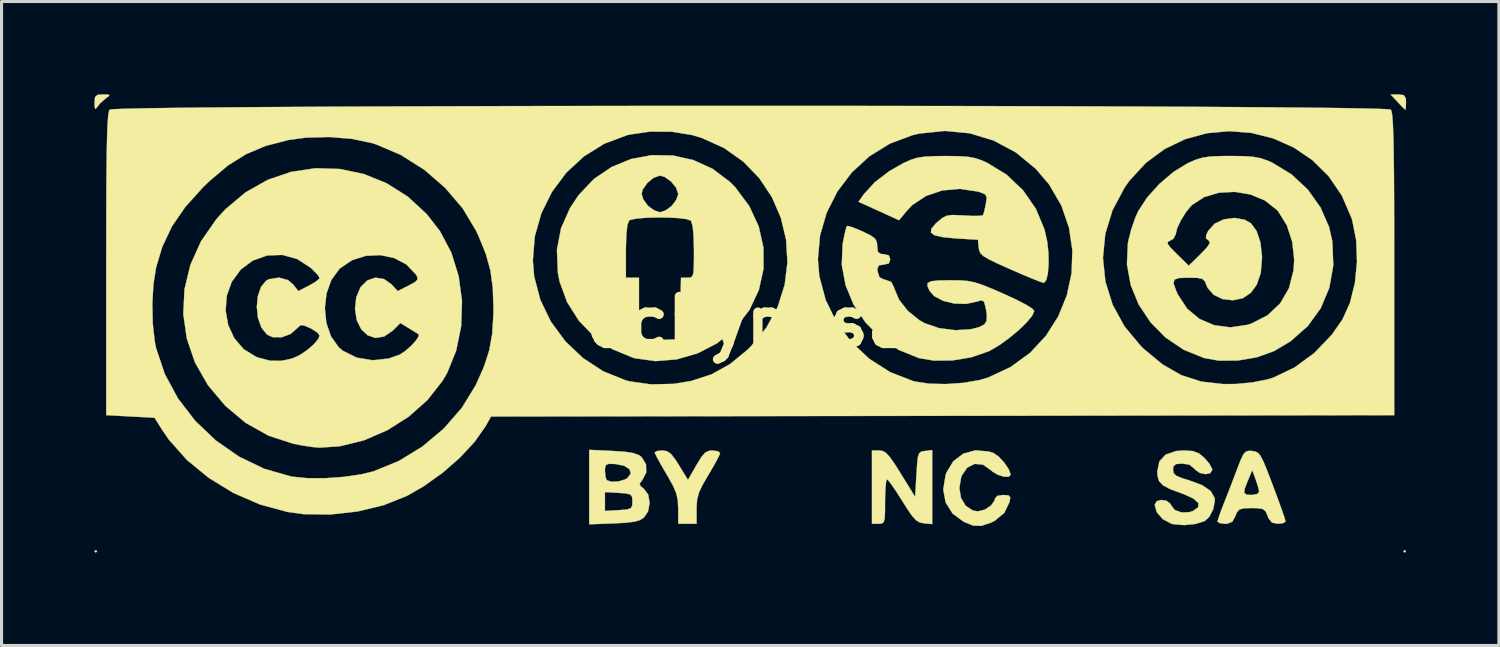
<source format=kicad_pcb>
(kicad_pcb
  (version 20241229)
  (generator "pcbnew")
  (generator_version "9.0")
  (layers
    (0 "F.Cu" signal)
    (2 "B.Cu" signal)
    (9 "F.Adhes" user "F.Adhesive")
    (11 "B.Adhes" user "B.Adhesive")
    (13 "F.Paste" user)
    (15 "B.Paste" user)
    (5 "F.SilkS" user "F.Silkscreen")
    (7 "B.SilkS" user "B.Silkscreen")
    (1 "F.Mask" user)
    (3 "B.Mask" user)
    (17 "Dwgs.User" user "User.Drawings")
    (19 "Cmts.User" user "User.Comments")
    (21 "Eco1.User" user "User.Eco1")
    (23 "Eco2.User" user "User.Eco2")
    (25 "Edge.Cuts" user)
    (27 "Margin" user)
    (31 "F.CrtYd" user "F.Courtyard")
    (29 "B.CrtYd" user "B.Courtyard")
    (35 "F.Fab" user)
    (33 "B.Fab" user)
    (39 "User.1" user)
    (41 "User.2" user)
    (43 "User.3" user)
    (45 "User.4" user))
  (footprint "ccbyncsa"
    (layer "F.Cu")
    (at 21.172 7.371)
    (property "Reference" "ccbyncsa" (at 0 0 0) (layer "F.SilkS") (effects (font (size 1.524 1.524) (thickness 0.3))))
    (attr through_hole)
    (fp_poly (pts (xy -21.082 7.408) (xy -21.124 7.451) (xy -21.167 7.408) (xy -21.124 7.366) (xy -21.082 7.408)) (stroke (width 0.01) (type solid)) (fill yes) (layer "F.SilkS"))
    (fp_poly (pts (xy 21.251 7.408) (xy 21.209 7.451) (xy 21.167 7.408) (xy 21.209 7.366) (xy 21.251 7.408)) (stroke (width 0.01) (type solid)) (fill yes) (layer "F.SilkS"))
    (fp_poly (pts (xy 21.179 -7.344) (xy 21.244 -7.244) (xy 21.251 -7.112) (xy 21.245 -6.937) (xy 21.231 -6.868) (xy 21.23 -6.868) (xy 21.165 -6.93) (xy 21.028 -7.072) (xy 20.982 -7.122) (xy 20.754 -7.366) (xy 21.003 -7.366) (xy 21.179 -7.344)) (stroke (width 0.01) (type solid)) (fill yes) (layer "F.SilkS"))
    (fp_poly (pts (xy -20.713 -7.361) (xy -20.685 -7.33) (xy -20.792 -7.246) (xy -20.807 -7.236) (xy -20.983 -7.081) (xy -21.077 -6.961) (xy -21.134 -6.891) (xy -21.159 -6.959) (xy -21.164 -7.091) (xy -21.149 -7.28) (xy -21.066 -7.354) (xy -20.894 -7.366) (xy -20.713 -7.361)) (stroke (width 0.01) (type solid)) (fill yes) (layer "F.SilkS"))
    (fp_poly (pts (xy -1.003 4.173) (xy -0.931 4.23) (xy -0.973 4.336) (xy -1.083 4.546) (xy -1.242 4.823) (xy -1.312 4.94) (xy -1.505 5.272) (xy -1.62 5.52) (xy -1.676 5.741) (xy -1.693 5.99) (xy -1.693 6.043) (xy -1.693 6.519) (xy -2.286 6.519) (xy -2.287 6.032) (xy -2.299 5.768) (xy -2.346 5.543) (xy -2.447 5.302) (xy -2.621 4.988) (xy -2.667 4.911) (xy -2.838 4.618) (xy -2.969 4.381) (xy -3.04 4.236) (xy -3.047 4.212) (xy -2.974 4.167) (xy -2.801 4.149) (xy -2.65 4.171) (xy -2.521 4.259) (xy -2.375 4.447) (xy -2.263 4.625) (xy -1.971 5.1) (xy -1.699 4.625) (xy -1.537 4.36) (xy -1.41 4.215) (xy -1.28 4.157) (xy -1.179 4.149) (xy -1.003 4.173)) (stroke (width 0.01) (type solid)) (fill yes) (layer "F.SilkS"))
    (fp_poly (pts (xy 5.927 6.53) (xy 5.658 6.504) (xy 5.521 6.475) (xy 5.399 6.399) (xy 5.266 6.249) (xy 5.095 5.996) (xy 4.959 5.779) (xy 4.769 5.481) (xy 4.608 5.246) (xy 4.498 5.106) (xy 4.466 5.081) (xy 4.437 5.159) (xy 4.416 5.367) (xy 4.404 5.667) (xy 4.403 5.8) (xy 4.401 6.148) (xy 4.388 6.361) (xy 4.356 6.471) (xy 4.293 6.513) (xy 4.191 6.519) (xy 3.979 6.519) (xy 3.979 4.149) (xy 4.214 4.149) (xy 4.332 4.166) (xy 4.444 4.235) (xy 4.573 4.382) (xy 4.744 4.631) (xy 4.913 4.9) (xy 5.376 5.65) (xy 5.419 4.921) (xy 5.441 4.569) (xy 5.467 4.352) (xy 5.509 4.236) (xy 5.579 4.184) (xy 5.69 4.165) (xy 5.694 4.164) (xy 5.927 4.137) (xy 5.927 6.53)) (stroke (width 0.01) (type solid)) (fill yes) (layer "F.SilkS"))
    (fp_poly (pts (xy 7.756 4.182) (xy 7.911 4.231) (xy 8.077 4.346) (xy 8.257 4.54) (xy 8.402 4.754) (xy 8.466 4.926) (xy 8.466 4.932) (xy 8.402 4.999) (xy 8.245 4.995) (xy 8.05 4.934) (xy 7.871 4.828) (xy 7.824 4.784) (xy 7.568 4.606) (xy 7.301 4.582) (xy 7.061 4.703) (xy 6.884 4.962) (xy 6.866 5.009) (xy 6.805 5.362) (xy 6.86 5.685) (xy 7.012 5.94) (xy 7.244 6.091) (xy 7.408 6.117) (xy 7.631 6.062) (xy 7.832 5.927) (xy 7.949 5.76) (xy 7.959 5.702) (xy 8.035 5.616) (xy 8.222 5.588) (xy 8.401 5.602) (xy 8.453 5.675) (xy 8.427 5.821) (xy 8.259 6.167) (xy 7.95 6.422) (xy 7.813 6.489) (xy 7.51 6.587) (xy 7.253 6.578) (xy 6.958 6.46) (xy 6.949 6.456) (xy 6.587 6.187) (xy 6.363 5.832) (xy 6.285 5.412) (xy 6.36 4.949) (xy 6.391 4.86) (xy 6.611 4.496) (xy 6.932 4.253) (xy 7.323 4.144) (xy 7.756 4.182)) (stroke (width 0.01) (type solid)) (fill yes) (layer "F.SilkS"))
    (fp_poly (pts (xy -4.406 4.164) (xy -4.001 4.192) (xy -3.728 4.236) (xy -3.551 4.302) (xy -3.475 4.357) (xy -3.329 4.591) (xy -3.322 4.862) (xy -3.444 5.097) (xy -3.536 5.221) (xy -3.501 5.308) (xy -3.402 5.384) (xy -3.257 5.577) (xy -3.211 5.844) (xy -3.262 6.117) (xy -3.395 6.316) (xy -3.52 6.397) (xy -3.702 6.452) (xy -3.98 6.486) (xy -4.369 6.506) (xy -5.165 6.536) (xy -5.165 6.105) (xy -4.657 6.105) (xy -4.212 6.079) (xy -3.954 6.059) (xy -3.822 6.018) (xy -3.774 5.931) (xy -3.768 5.8) (xy -3.777 5.651) (xy -3.835 5.573) (xy -3.982 5.537) (xy -4.212 5.52) (xy -4.657 5.494) (xy -4.657 6.105) (xy -5.165 6.105) (xy -5.165 4.807) (xy -4.657 4.807) (xy -4.639 5.003) (xy -4.6 5.108) (xy -4.449 5.161) (xy -4.224 5.151) (xy -4.004 5.085) (xy -3.932 5.043) (xy -3.821 4.896) (xy -3.86 4.756) (xy -4.029 4.645) (xy -4.305 4.588) (xy -4.527 4.58) (xy -4.628 4.619) (xy -4.656 4.735) (xy -4.657 4.807) (xy -5.165 4.807) (xy -5.165 4.128) (xy -4.406 4.164)) (stroke (width 0.01) (type solid)) (fill yes) (layer "F.SilkS"))
    (fp_poly (pts (xy 16.278 4.165) (xy 16.383 4.183) (xy 16.469 4.229) (xy 16.55 4.33) (xy 16.642 4.509) (xy 16.76 4.793) (xy 16.918 5.207) (xy 16.946 5.28) (xy 17.096 5.683) (xy 17.221 6.029) (xy 17.311 6.289) (xy 17.354 6.43) (xy 17.357 6.444) (xy 17.283 6.498) (xy 17.111 6.519) (xy 16.919 6.483) (xy 16.807 6.343) (xy 16.777 6.265) (xy 16.711 6.115) (xy 16.614 6.04) (xy 16.434 6.014) (xy 16.256 6.011) (xy 15.997 6.019) (xy 15.855 6.061) (xy 15.776 6.161) (xy 15.735 6.265) (xy 15.636 6.451) (xy 15.477 6.516) (xy 15.401 6.519) (xy 15.226 6.498) (xy 15.155 6.449) (xy 15.185 6.339) (xy 15.261 6.122) (xy 15.355 5.878) (xy 15.491 5.532) (xy 15.498 5.515) (xy 16.018 5.515) (xy 16.088 5.576) (xy 16.256 5.588) (xy 16.256 5.588) (xy 16.441 5.557) (xy 16.504 5.482) (xy 16.472 5.337) (xy 16.402 5.117) (xy 16.388 5.08) (xy 16.28 4.784) (xy 16.141 5.112) (xy 16.039 5.372) (xy 16.018 5.515) (xy 15.498 5.515) (xy 15.65 5.121) (xy 15.788 4.758) (xy 15.908 4.448) (xy 15.997 4.266) (xy 16.081 4.18) (xy 16.186 4.159) (xy 16.278 4.165)) (stroke (width 0.01) (type solid)) (fill yes) (layer "F.SilkS"))
    (fp_poly (pts (xy 14.36 4.168) (xy 14.559 4.245) (xy 14.739 4.396) (xy 14.895 4.583) (xy 14.981 4.745) (xy 14.986 4.777) (xy 14.921 4.882) (xy 14.766 4.914) (xy 14.584 4.875) (xy 14.434 4.77) (xy 14.413 4.741) (xy 14.244 4.606) (xy 14.012 4.572) (xy 13.811 4.589) (xy 13.729 4.661) (xy 13.716 4.77) (xy 13.739 4.887) (xy 13.831 4.972) (xy 14.03 5.052) (xy 14.224 5.109) (xy 14.655 5.268) (xy 14.938 5.463) (xy 15.064 5.687) (xy 15.071 5.752) (xy 15.019 6.045) (xy 14.887 6.299) (xy 14.747 6.427) (xy 14.449 6.524) (xy 14.081 6.562) (xy 13.733 6.533) (xy 13.656 6.514) (xy 13.383 6.368) (xy 13.191 6.143) (xy 13.123 5.908) (xy 13.188 5.791) (xy 13.339 5.748) (xy 13.51 5.777) (xy 13.635 5.876) (xy 13.655 5.923) (xy 13.772 6.074) (xy 13.989 6.153) (xy 14.244 6.145) (xy 14.363 6.106) (xy 14.533 5.983) (xy 14.537 5.848) (xy 14.379 5.705) (xy 14.061 5.559) (xy 13.988 5.533) (xy 13.623 5.398) (xy 13.392 5.276) (xy 13.266 5.142) (xy 13.215 4.969) (xy 13.208 4.822) (xy 13.276 4.501) (xy 13.478 4.283) (xy 13.813 4.167) (xy 14.073 4.149) (xy 14.36 4.168)) (stroke (width 0.01) (type solid)) (fill yes) (layer "F.SilkS"))
    (fp_poly (pts (xy 6.774 -5.37) (xy 7.08 -5.351) (xy 7.317 -5.307) (xy 7.536 -5.232) (xy 7.705 -5.156) (xy 8.334 -4.771) (xy 8.866 -4.266) (xy 9.281 -3.668) (xy 9.559 -3.001) (xy 9.647 -2.611) (xy 9.687 -2.246) (xy 9.693 -1.892) (xy 9.67 -1.586) (xy 9.619 -1.367) (xy 9.545 -1.274) (xy 9.535 -1.273) (xy 9.425 -1.307) (xy 9.194 -1.397) (xy 8.874 -1.53) (xy 8.497 -1.694) (xy 8.449 -1.715) (xy 8.04 -1.898) (xy 7.761 -2.034) (xy 7.586 -2.138) (xy 7.49 -2.229) (xy 7.447 -2.324) (xy 7.433 -2.41) (xy 7.408 -2.667) (xy 6.714 -2.709) (xy 6.281 -2.749) (xy 6.008 -2.809) (xy 5.885 -2.899) (xy 5.902 -3.026) (xy 6.049 -3.198) (xy 6.088 -3.233) (xy 6.251 -3.37) (xy 6.395 -3.443) (xy 6.576 -3.468) (xy 6.851 -3.458) (xy 6.958 -3.451) (xy 7.252 -3.437) (xy 7.472 -3.441) (xy 7.571 -3.461) (xy 7.572 -3.462) (xy 7.608 -3.573) (xy 7.654 -3.78) (xy 7.663 -3.826) (xy 7.691 -4.027) (xy 7.647 -4.132) (xy 7.492 -4.199) (xy 7.395 -4.227) (xy 6.819 -4.313) (xy 6.251 -4.261) (xy 5.726 -4.083) (xy 5.283 -3.788) (xy 5.11 -3.607) (xy 4.855 -3.298) (xy 4.2 -3.597) (xy 3.545 -3.895) (xy 3.723 -4.146) (xy 4.072 -4.528) (xy 4.545 -4.889) (xy 4.995 -5.145) (xy 5.229 -5.25) (xy 5.442 -5.318) (xy 5.686 -5.355) (xy 6.009 -5.371) (xy 6.35 -5.375) (xy 6.774 -5.37)) (stroke (width 0.01) (type solid)) (fill yes) (layer "F.SilkS"))
    (fp_poly (pts (xy 3.259 -3.1) (xy 3.456 -3.029) (xy 3.678 -2.934) (xy 3.941 -2.805) (xy 4.083 -2.699) (xy 4.14 -2.581) (xy 4.149 -2.46) (xy 4.17 -2.276) (xy 4.264 -2.208) (xy 4.36 -2.201) (xy 4.526 -2.162) (xy 4.572 -2.032) (xy 4.524 -1.9) (xy 4.356 -1.863) (xy 4.355 -1.863) (xy 4.2 -1.838) (xy 4.157 -1.73) (xy 4.164 -1.63) (xy 4.225 -1.448) (xy 4.386 -1.375) (xy 4.418 -1.371) (xy 4.603 -1.302) (xy 4.694 -1.122) (xy 4.699 -1.1) (xy 4.856 -0.725) (xy 5.141 -0.365) (xy 5.514 -0.064) (xy 5.682 0.031) (xy 6.15 0.192) (xy 6.676 0.259) (xy 7.187 0.226) (xy 7.438 0.161) (xy 7.61 0.077) (xy 7.69 -0.048) (xy 7.693 -0.258) (xy 7.653 -0.492) (xy 7.602 -0.666) (xy 7.517 -0.708) (xy 7.393 -0.672) (xy 7.033 -0.594) (xy 6.647 -0.603) (xy 6.284 -0.69) (xy 5.994 -0.843) (xy 5.845 -1.011) (xy 5.775 -1.167) (xy 5.783 -1.267) (xy 5.892 -1.324) (xy 6.124 -1.35) (xy 6.498 -1.356) (xy 6.814 -1.353) (xy 7.064 -1.335) (xy 7.294 -1.29) (xy 7.549 -1.208) (xy 7.874 -1.077) (xy 8.234 -0.92) (xy 8.653 -0.727) (xy 8.972 -0.561) (xy 9.17 -0.434) (xy 9.229 -0.363) (xy 9.162 -0.21) (xy 8.985 0.005) (xy 8.728 0.254) (xy 8.424 0.507) (xy 8.105 0.738) (xy 7.803 0.917) (xy 7.749 0.943) (xy 7.194 1.135) (xy 6.58 1.237) (xy 5.973 1.241) (xy 5.497 1.16) (xy 4.841 0.894) (xy 4.26 0.502) (xy 3.771 0.008) (xy 3.388 -0.565) (xy 3.127 -1.194) (xy 3.003 -1.855) (xy 3.031 -2.526) (xy 3.041 -2.583) (xy 3.096 -2.852) (xy 3.144 -3.046) (xy 3.169 -3.113) (xy 3.259 -3.1)) (stroke (width 0.01) (type solid)) (fill yes) (layer "F.SilkS"))
    (fp_poly (pts (xy -2.463 -5.392) (xy -1.8 -5.245) (xy -1.175 -4.961) (xy -0.612 -4.537) (xy -0.443 -4.365) (xy 0.013 -3.754) (xy 0.317 -3.095) (xy 0.47 -2.411) (xy 0.471 -1.72) (xy 0.322 -1.045) (xy 0.022 -0.404) (xy -0.429 0.182) (xy -0.482 0.236) (xy -1.032 0.682) (xy -1.661 1.007) (xy -2.336 1.202) (xy -3.022 1.258) (xy -3.686 1.166) (xy -3.744 1.15) (xy -4.41 0.875) (xy -5.002 0.468) (xy -5.499 -0.048) (xy -5.88 -0.649) (xy -6.123 -1.31) (xy -6.18 -1.605) (xy -6.208 -2.311) (xy -3.979 -2.311) (xy -3.979 -1.439) (xy -3.556 -1.439) (xy -3.556 -0.48) (xy -3.551 -0.092) (xy -3.537 0.232) (xy -3.517 0.455) (xy -3.496 0.54) (xy -3.387 0.566) (xy -3.158 0.579) (xy -2.857 0.576) (xy -2.84 0.575) (xy -2.244 0.55) (xy -2.22 -0.445) (xy -2.196 -1.439) (xy -1.987 -1.439) (xy -1.893 -1.445) (xy -1.833 -1.48) (xy -1.798 -1.578) (xy -1.783 -1.766) (xy -1.778 -2.077) (xy -1.778 -2.311) (xy -1.789 -2.782) (xy -1.82 -3.107) (xy -1.871 -3.275) (xy -1.88 -3.285) (xy -2.012 -3.333) (xy -2.268 -3.367) (xy -2.603 -3.385) (xy -2.972 -3.389) (xy -3.329 -3.378) (xy -3.63 -3.352) (xy -3.83 -3.311) (xy -3.878 -3.285) (xy -3.931 -3.14) (xy -3.965 -2.836) (xy -3.979 -2.385) (xy -3.979 -2.311) (xy -6.208 -2.311) (xy -6.209 -2.343) (xy -6.077 -3.037) (xy -5.782 -3.7) (xy -5.511 -4.106) (xy -5.471 -4.149) (xy -3.471 -4.149) (xy -3.414 -3.969) (xy -3.274 -3.775) (xy -3.264 -3.764) (xy -3.071 -3.621) (xy -2.888 -3.556) (xy -2.879 -3.556) (xy -2.699 -3.614) (xy -2.505 -3.753) (xy -2.494 -3.764) (xy -2.351 -3.956) (xy -2.286 -4.139) (xy -2.286 -4.149) (xy -2.356 -4.353) (xy -2.525 -4.558) (xy -2.736 -4.705) (xy -2.879 -4.741) (xy -3.083 -4.672) (xy -3.288 -4.502) (xy -3.435 -4.291) (xy -3.471 -4.149) (xy -5.471 -4.149) (xy -5.018 -4.629) (xy -4.442 -5.02) (xy -3.809 -5.279) (xy -3.141 -5.403) (xy -2.463 -5.392)) (stroke (width 0.01) (type solid)) (fill yes) (layer "F.SilkS"))
    (fp_poly (pts (xy 16.004 -5.37) (xy 16.312 -5.349) (xy 16.551 -5.304) (xy 16.773 -5.228) (xy 16.933 -5.156) (xy 17.55 -4.78) (xy 18.075 -4.29) (xy 18.487 -3.712) (xy 18.766 -3.073) (xy 18.869 -2.615) (xy 18.9 -1.838) (xy 18.772 -1.113) (xy 18.494 -0.453) (xy 18.071 0.13) (xy 17.511 0.621) (xy 16.984 0.934) (xy 16.434 1.133) (xy 15.82 1.238) (xy 15.207 1.243) (xy 14.726 1.16) (xy 14.062 0.891) (xy 13.478 0.498) (xy 12.988 0.002) (xy 12.606 -0.573) (xy 12.347 -1.206) (xy 12.226 -1.874) (xy 12.256 -2.529) (xy 13.546 -2.529) (xy 13.638 -2.409) (xy 13.84 -2.205) (xy 13.842 -2.203) (xy 14.224 -1.827) (xy 14.605 -2.201) (xy 14.81 -2.414) (xy 14.9 -2.545) (xy 14.891 -2.623) (xy 14.859 -2.647) (xy 14.78 -2.716) (xy 14.793 -2.826) (xy 14.855 -2.956) (xy 15.06 -3.184) (xy 15.362 -3.327) (xy 15.705 -3.373) (xy 16.035 -3.314) (xy 16.234 -3.2) (xy 16.418 -2.953) (xy 16.542 -2.585) (xy 16.594 -2.139) (xy 16.595 -2.083) (xy 16.554 -1.591) (xy 16.423 -1.212) (xy 16.237 -0.954) (xy 15.971 -0.775) (xy 15.65 -0.709) (xy 15.322 -0.748) (xy 15.035 -0.884) (xy 14.836 -1.11) (xy 14.805 -1.182) (xy 14.745 -1.326) (xy 14.66 -1.403) (xy 14.503 -1.434) (xy 14.225 -1.439) (xy 14.216 -1.439) (xy 13.915 -1.43) (xy 13.761 -1.379) (xy 13.734 -1.256) (xy 13.813 -1.029) (xy 13.877 -0.889) (xy 14.171 -0.44) (xy 14.571 -0.107) (xy 15.049 0.098) (xy 15.576 0.166) (xy 16.127 0.084) (xy 16.247 0.046) (xy 16.772 -0.223) (xy 17.182 -0.608) (xy 17.466 -1.098) (xy 17.614 -1.677) (xy 17.636 -2.018) (xy 17.573 -2.597) (xy 17.399 -3.131) (xy 17.128 -3.571) (xy 17.077 -3.63) (xy 16.693 -3.934) (xy 16.225 -4.13) (xy 15.714 -4.216) (xy 15.2 -4.189) (xy 14.724 -4.047) (xy 14.327 -3.788) (xy 14.323 -3.785) (xy 14.145 -3.575) (xy 13.976 -3.304) (xy 13.849 -3.037) (xy 13.801 -2.837) (xy 13.731 -2.704) (xy 13.63 -2.641) (xy 13.548 -2.596) (xy 13.546 -2.529) (xy 12.256 -2.529) (xy 12.257 -2.553) (xy 12.272 -2.636) (xy 12.367 -3.007) (xy 12.499 -3.385) (xy 12.589 -3.588) (xy 12.878 -4.032) (xy 13.276 -4.473) (xy 13.729 -4.859) (xy 14.185 -5.14) (xy 14.201 -5.147) (xy 14.447 -5.254) (xy 14.669 -5.321) (xy 14.918 -5.358) (xy 15.248 -5.373) (xy 15.579 -5.376) (xy 16.004 -5.37)) (stroke (width 0.01) (type solid)) (fill yes) (layer "F.SilkS"))
    (fp_poly (pts (xy -13.232 -4.956) (xy -12.459 -4.794) (xy -11.719 -4.495) (xy -11.033 -4.062) (xy -10.42 -3.496) (xy -9.996 -2.951) (xy -9.626 -2.254) (xy -9.387 -1.487) (xy -9.28 -0.682) (xy -9.306 0.127) (xy -9.465 0.911) (xy -9.757 1.635) (xy -9.907 1.893) (xy -10.395 2.515) (xy -11.003 3.055) (xy -11.7 3.496) (xy -12.453 3.821) (xy -13.23 4.012) (xy -13.885 4.057) (xy -14.128 4.035) (xy -14.456 3.985) (xy -14.732 3.932) (xy -15.53 3.673) (xy -16.273 3.258) (xy -16.93 2.709) (xy -17.498 2.035) (xy -17.915 1.303) (xy -18.18 0.531) (xy -18.294 -0.264) (xy -18.288 -0.376) (xy -16.924 -0.376) (xy -16.842 0.091) (xy -16.646 0.516) (xy -16.345 0.869) (xy -15.943 1.117) (xy -15.875 1.143) (xy -15.484 1.246) (xy -15.124 1.249) (xy -14.778 1.176) (xy -14.545 1.074) (xy -14.295 0.907) (xy -14.072 0.715) (xy -13.923 0.534) (xy -13.885 0.43) (xy -13.955 0.337) (xy -14.128 0.222) (xy -14.19 0.191) (xy -14.392 0.104) (xy -14.504 0.097) (xy -14.584 0.168) (xy -14.592 0.178) (xy -14.823 0.381) (xy -15.114 0.487) (xy -15.404 0.483) (xy -15.586 0.399) (xy -15.768 0.173) (xy -15.878 -0.139) (xy -15.912 -0.453) (xy -13.715 -0.453) (xy -13.667 0.022) (xy -13.519 0.455) (xy -13.272 0.806) (xy -13.134 0.924) (xy -12.682 1.146) (xy -12.172 1.231) (xy -11.647 1.174) (xy -11.294 1.049) (xy -11.121 0.936) (xy -10.936 0.775) (xy -10.777 0.603) (xy -10.682 0.461) (xy -10.68 0.392) (xy -10.765 0.338) (xy -10.938 0.231) (xy -10.992 0.198) (xy -11.273 0.026) (xy -11.514 0.267) (xy -11.797 0.463) (xy -12.075 0.509) (xy -12.33 0.424) (xy -12.539 0.228) (xy -12.683 -0.062) (xy -12.74 -0.427) (xy -12.7 -0.804) (xy -12.562 -1.133) (xy -12.344 -1.35) (xy -12.078 -1.441) (xy -11.798 -1.395) (xy -11.56 -1.223) (xy -11.359 -1.006) (xy -11.007 -1.185) (xy -10.797 -1.3) (xy -10.714 -1.384) (xy -10.732 -1.479) (xy -10.776 -1.55) (xy -11.079 -1.869) (xy -11.474 -2.076) (xy -11.924 -2.17) (xy -12.392 -2.147) (xy -12.838 -2.005) (xy -13.226 -1.742) (xy -13.244 -1.725) (xy -13.506 -1.367) (xy -13.662 -0.929) (xy -13.715 -0.453) (xy -15.912 -0.453) (xy -15.916 -0.491) (xy -15.884 -0.839) (xy -15.782 -1.138) (xy -15.613 -1.343) (xy -15.533 -1.387) (xy -15.201 -1.443) (xy -14.906 -1.362) (xy -14.744 -1.223) (xy -14.574 -1.007) (xy -14.229 -1.183) (xy -14.024 -1.302) (xy -13.901 -1.403) (xy -13.885 -1.432) (xy -13.944 -1.528) (xy -14.092 -1.684) (xy -14.179 -1.765) (xy -14.616 -2.046) (xy -15.095 -2.177) (xy -15.583 -2.159) (xy -16.048 -1.993) (xy -16.435 -1.703) (xy -16.728 -1.305) (xy -16.889 -0.852) (xy -16.924 -0.376) (xy -18.288 -0.376) (xy -18.255 -1.065) (xy -18.065 -1.854) (xy -17.723 -2.614) (xy -17.228 -3.327) (xy -16.935 -3.65) (xy -16.281 -4.2) (xy -15.564 -4.604) (xy -14.804 -4.863) (xy -14.02 -4.98) (xy -13.232 -4.956)) (stroke (width 0.01) (type solid)) (fill yes) (layer "F.SilkS"))
    (fp_poly (pts (xy 1.593 -6.997) (xy 3.208 -6.996) (xy 4.807 -6.994) (xy 6.379 -6.992) (xy 7.915 -6.989) (xy 9.408 -6.985) (xy 10.848 -6.981) (xy 12.226 -6.976) (xy 13.533 -6.97) (xy 14.76 -6.964) (xy 15.899 -6.957) (xy 16.941 -6.949) (xy 17.876 -6.941) (xy 18.696 -6.932) (xy 19.393 -6.922) (xy 19.956 -6.911) (xy 20.377 -6.9) (xy 20.648 -6.889) (xy 20.758 -6.876) (xy 20.76 -6.875) (xy 20.784 -6.82) (xy 20.805 -6.699) (xy 20.822 -6.501) (xy 20.836 -6.215) (xy 20.848 -5.829) (xy 20.856 -5.332) (xy 20.863 -4.712) (xy 20.867 -3.959) (xy 20.869 -3.06) (xy 20.87 -2.004) (xy 20.87 -1.88) (xy 20.87 3.006) (xy -8.34 3.05) (xy -8.526 3.377) (xy -8.873 3.87) (xy -9.345 4.378) (xy -9.904 4.867) (xy -10.513 5.303) (xy -11.063 5.618) (xy -11.817 5.919) (xy -12.662 6.122) (xy -13.544 6.22) (xy -14.409 6.207) (xy -14.922 6.137) (xy -15.815 5.895) (xy -16.673 5.522) (xy -17.469 5.036) (xy -18.173 4.458) (xy -18.755 3.805) (xy -18.956 3.514) (xy -19.224 3.09) (xy -20.005 3.048) (xy -20.786 3.006) (xy -20.786 -0.61) (xy -19.295 -0.61) (xy -19.282 0.032) (xy -19.218 0.615) (xy -19.176 0.831) (xy -18.892 1.677) (xy -18.462 2.471) (xy -17.906 3.193) (xy -17.243 3.824) (xy -16.494 4.346) (xy -15.679 4.74) (xy -14.817 4.987) (xy -14.774 4.995) (xy -14.289 5.044) (xy -13.709 5.046) (xy -13.102 5.002) (xy -12.534 4.919) (xy -12.15 4.826) (xy -11.332 4.493) (xy -10.564 4.024) (xy -9.873 3.444) (xy -9.288 2.775) (xy -8.839 2.044) (xy -8.829 2.023) (xy -8.569 1.438) (xy -8.398 0.909) (xy -8.302 0.371) (xy -8.264 -0.244) (xy -8.262 -0.466) (xy -8.285 -1.119) (xy -8.361 -1.676) (xy -8.449 -1.993) (xy -6.989 -1.993) (xy -6.945 -1.476) (xy -6.747 -0.724) (xy -6.405 -0.018) (xy -5.938 0.617) (xy -5.367 1.16) (xy -4.713 1.587) (xy -3.998 1.876) (xy -3.856 1.914) (xy -3.168 2.011) (xy -2.432 1.994) (xy -1.87 1.902) (xy -1.211 1.687) (xy -0.621 1.361) (xy -0.055 0.899) (xy 0.05 0.797) (xy 0.565 0.176) (xy 0.932 -0.499) (xy 1.157 -1.211) (xy 1.246 -1.941) (xy 1.24 -2.039) (xy 2.231 -2.039) (xy 2.277 -1.489) (xy 2.483 -0.718) (xy 2.834 -0.001) (xy 3.312 0.641) (xy 3.896 1.186) (xy 4.567 1.614) (xy 5.306 1.902) (xy 5.373 1.919) (xy 5.827 1.988) (xy 6.371 2.001) (xy 6.938 1.961) (xy 7.46 1.871) (xy 7.729 1.793) (xy 8.463 1.45) (xy 9.09 0.993) (xy 9.606 0.44) (xy 10.005 -0.187) (xy 10.283 -0.871) (xy 10.437 -1.592) (xy 10.453 -2.081) (xy 11.45 -2.081) (xy 11.53 -1.31) (xy 11.764 -0.563) (xy 12.15 0.14) (xy 12.685 0.781) (xy 12.771 0.864) (xy 13.377 1.365) (xy 13.985 1.713) (xy 14.629 1.92) (xy 15.344 2.001) (xy 15.748 1.998) (xy 16.28 1.948) (xy 16.764 1.853) (xy 16.957 1.794) (xy 17.65 1.463) (xy 18.293 0.99) (xy 18.854 0.403) (xy 19.195 -0.085) (xy 19.44 -0.627) (xy 19.599 -1.269) (xy 19.667 -1.96) (xy 19.64 -2.653) (xy 19.512 -3.298) (xy 19.492 -3.365) (xy 19.175 -4.1) (xy 18.745 -4.728) (xy 18.218 -5.247) (xy 17.615 -5.654) (xy 16.954 -5.947) (xy 16.255 -6.122) (xy 15.536 -6.179) (xy 14.816 -6.113) (xy 14.114 -5.922) (xy 13.449 -5.604) (xy 12.84 -5.156) (xy 12.306 -4.576) (xy 12.153 -4.36) (xy 11.76 -3.624) (xy 11.526 -2.858) (xy 11.45 -2.081) (xy 10.453 -2.081) (xy 10.461 -2.329) (xy 10.351 -3.064) (xy 10.103 -3.778) (xy 9.712 -4.451) (xy 9.276 -4.963) (xy 8.632 -5.493) (xy 7.914 -5.877) (xy 7.142 -6.11) (xy 6.335 -6.187) (xy 5.515 -6.102) (xy 5.295 -6.051) (xy 4.558 -5.776) (xy 3.897 -5.367) (xy 3.328 -4.845) (xy 2.863 -4.23) (xy 2.515 -3.543) (xy 2.3 -2.806) (xy 2.231 -2.039) (xy 1.24 -2.039) (xy 1.202 -2.669) (xy 1.033 -3.378) (xy 0.742 -4.048) (xy 0.335 -4.66) (xy -0.183 -5.195) (xy -0.807 -5.636) (xy -1.531 -5.963) (xy -1.837 -6.054) (xy -2.491 -6.16) (xy -3.195 -6.165) (xy -3.864 -6.068) (xy -3.934 -6.051) (xy -4.676 -5.774) (xy -5.338 -5.362) (xy -5.908 -4.835) (xy -6.371 -4.214) (xy -6.715 -3.52) (xy -6.926 -2.772) (xy -6.989 -1.993) (xy -8.449 -1.993) (xy -8.508 -2.206) (xy -8.741 -2.779) (xy -8.824 -2.959) (xy -9.257 -3.682) (xy -9.826 -4.348) (xy -10.501 -4.932) (xy -11.254 -5.408) (xy -12.055 -5.751) (xy -12.192 -5.794) (xy -12.844 -5.931) (xy -13.577 -5.99) (xy -14.32 -5.971) (xy -14.903 -5.891) (xy -15.627 -5.703) (xy -16.263 -5.436) (xy -16.854 -5.066) (xy -17.445 -4.568) (xy -17.656 -4.364) (xy -18.229 -3.729) (xy -18.661 -3.1) (xy -18.973 -2.44) (xy -19.172 -1.778) (xy -19.259 -1.237) (xy -19.295 -0.61) (xy -20.786 -0.61) (xy -20.786 -1.88) (xy -20.785 -2.953) (xy -20.783 -3.868) (xy -20.779 -4.637) (xy -20.773 -5.271) (xy -20.764 -5.781) (xy -20.753 -6.178) (xy -20.739 -6.475) (xy -20.722 -6.682) (xy -20.702 -6.81) (xy -20.678 -6.872) (xy -20.676 -6.875) (xy -20.58 -6.887) (xy -20.323 -6.899) (xy -19.915 -6.91) (xy -19.364 -6.921) (xy -18.68 -6.931) (xy -17.871 -6.94) (xy -16.945 -6.948) (xy -15.913 -6.956) (xy -14.782 -6.963) (xy -13.562 -6.97) (xy -12.262 -6.975) (xy -10.89 -6.981) (xy -9.456 -6.985) (xy -7.967 -6.989) (xy -6.434 -6.992) (xy -4.865 -6.994) (xy -3.269 -6.996) (xy -1.655 -6.997) (xy -0.031 -6.997) (xy 1.593 -6.997)) (stroke (width 0.01) (type solid)) (fill yes) (layer "F.SilkS")))
  (gr_rect
    (start -3 -3)
    (end 45.428 17.827)
    (stroke (width 0.1) (type default))
    (fill no)
    (layer "Edge.Cuts")))
</source>
